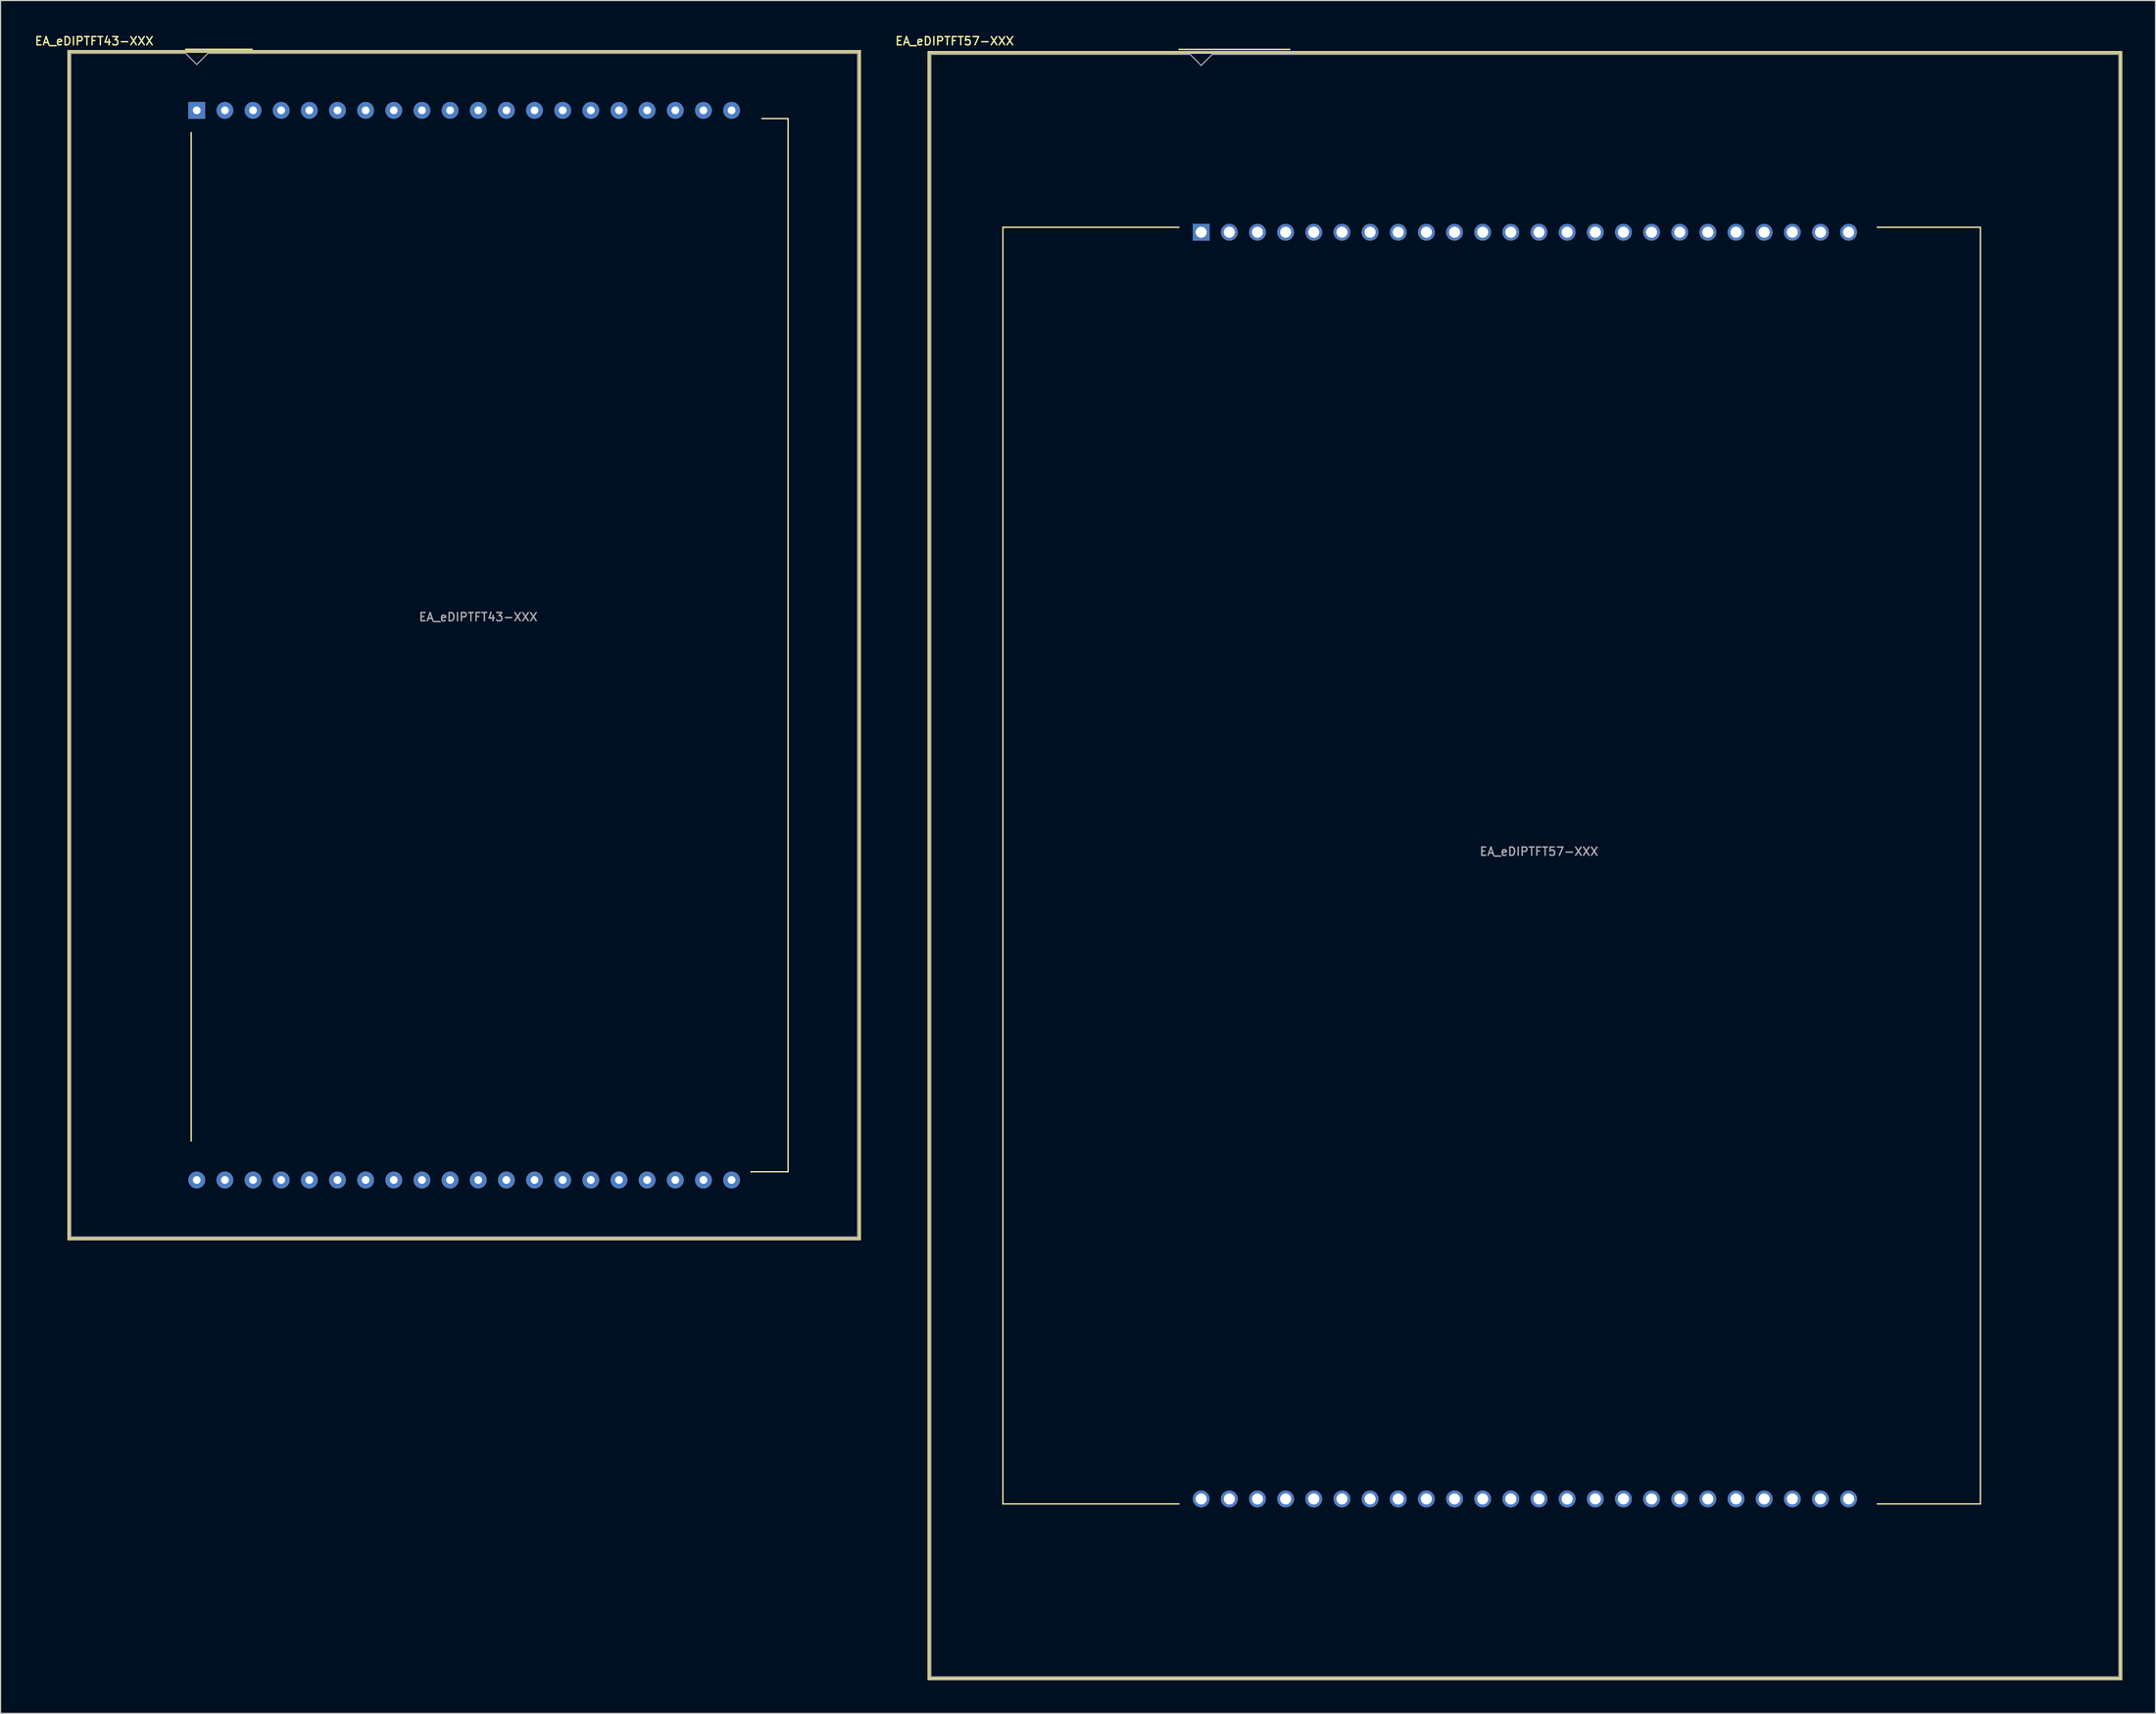
<source format=kicad_pcb>
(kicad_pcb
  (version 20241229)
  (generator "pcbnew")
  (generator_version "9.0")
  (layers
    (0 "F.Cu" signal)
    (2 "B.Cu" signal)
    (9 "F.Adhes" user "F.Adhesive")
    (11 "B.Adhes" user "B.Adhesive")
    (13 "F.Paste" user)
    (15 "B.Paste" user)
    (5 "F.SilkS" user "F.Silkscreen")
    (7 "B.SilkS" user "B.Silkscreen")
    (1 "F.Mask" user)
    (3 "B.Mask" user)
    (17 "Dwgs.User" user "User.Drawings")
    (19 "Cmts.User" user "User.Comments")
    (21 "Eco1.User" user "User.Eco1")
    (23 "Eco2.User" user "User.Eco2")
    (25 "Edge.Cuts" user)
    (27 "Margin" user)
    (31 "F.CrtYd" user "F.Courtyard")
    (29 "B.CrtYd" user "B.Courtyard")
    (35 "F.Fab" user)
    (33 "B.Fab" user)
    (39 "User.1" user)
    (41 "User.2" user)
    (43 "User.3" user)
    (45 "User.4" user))
  (footprint "EA_eDIPTFT57-XXX"
    (layer "F.Cu")
    (at 105.334 17.908)
    (property "Reference" "EA_eDIPTFT57-XXX" (at -22.25 -17.25 0) (layer "F.SilkS") (effects (font (size 0.75 0.75) (thickness 0.125))))
    (attr through_hole)
    (fp_line (start -24.64 -16.3) (end 83.06 -16.3) (stroke (width 0.1) (type solid)) (layer "F.SilkS"))
    (fp_line (start -24.64 130.6) (end -24.64 -16.3) (stroke (width 0.1) (type solid)) (layer "F.SilkS"))
    (fp_line (start -24.51 -16.17) (end 82.93 -16.17) (stroke (width 0.12) (type solid)) (layer "F.SilkS"))
    (fp_line (start -24.51 130.47) (end -24.51 -16.17) (stroke (width 0.12) (type solid)) (layer "F.SilkS"))
    (fp_line (start -17.89 -0.45) (end -2 -0.45) (stroke (width 0.12) (type solid)) (layer "F.SilkS"))
    (fp_line (start -17.89 114.75) (end -17.89 -0.45) (stroke (width 0.12) (type solid)) (layer "F.SilkS"))
    (fp_line (start -2 -16.5) (end 8 -16.5) (stroke (width 0.12) (type solid)) (layer "F.SilkS"))
    (fp_line (start -2 114.75) (end -17.89 114.75) (stroke (width 0.12) (type solid)) (layer "F.SilkS"))
    (fp_line (start 61 -0.45) (end 70.31 -0.45) (stroke (width 0.12) (type solid)) (layer "F.SilkS"))
    (fp_line (start 61 114.75) (end 70.31 114.75) (stroke (width 0.12) (type solid)) (layer "F.SilkS"))
    (fp_line (start 70.31 -0.45) (end 70.31 114.75) (stroke (width 0.12) (type solid)) (layer "F.SilkS"))
    (fp_line (start 82.93 -16.17) (end 82.93 130.47) (stroke (width 0.12) (type solid)) (layer "F.SilkS"))
    (fp_line (start 82.93 130.47) (end -24.51 130.47) (stroke (width 0.12) (type solid)) (layer "F.SilkS"))
    (fp_line (start 83.06 -16.3) (end 83.06 130.6) (stroke (width 0.1) (type solid)) (layer "F.SilkS"))
    (fp_line (start 83.06 130.6) (end -24.64 130.6) (stroke (width 0.1) (type solid)) (layer "F.SilkS"))
    (fp_line (start -24.39 -16.05) (end -1 -16.05) (stroke (width 0.1) (type solid)) (layer "F.Fab"))
    (fp_line (start -24.39 130.35) (end -24.39 -16.05) (stroke (width 0.1) (type solid)) (layer "F.Fab"))
    (fp_line (start 0 -15.05) (end -1 -16.05) (stroke (width 0.1) (type solid)) (layer "F.Fab"))
    (fp_line (start 0 -15.05) (end 1 -16.05) (stroke (width 0.1) (type solid)) (layer "F.Fab"))
    (fp_line (start 1 -16.05) (end 82.81 -16.05) (stroke (width 0.1) (type solid)) (layer "F.Fab"))
    (fp_line (start 82.81 -16.05) (end 82.81 130.35) (stroke (width 0.1) (type solid)) (layer "F.Fab"))
    (fp_line (start 82.81 130.35) (end -24.39 130.35) (stroke (width 0.1) (type solid)) (layer "F.Fab"))
    (fp_text user "${REFERENCE}" (at 30.48 55.88 0) (layer "F.Fab") (effects (font (size 0.75 0.75) (thickness 0.125))))
    (pad "1" thru_hole rect (at 0 0) (size 1.524 1.524) (drill 1) (layers "*.Cu" "*.Mask"))
    (pad "2" thru_hole circle (at 2.54 0) (size 1.524 1.524) (drill 1) (layers "*.Cu" "*.Mask"))
    (pad "3" thru_hole circle (at 5.08 0) (size 1.524 1.524) (drill 1) (layers "*.Cu" "*.Mask"))
    (pad "4" thru_hole circle (at 7.62 0) (size 1.524 1.524) (drill 1) (layers "*.Cu" "*.Mask"))
    (pad "5" thru_hole circle (at 10.16 0) (size 1.524 1.524) (drill 1) (layers "*.Cu" "*.Mask"))
    (pad "6" thru_hole circle (at 12.7 0) (size 1.524 1.524) (drill 1) (layers "*.Cu" "*.Mask"))
    (pad "7" thru_hole circle (at 15.24 0) (size 1.524 1.524) (drill 1) (layers "*.Cu" "*.Mask"))
    (pad "8" thru_hole circle (at 17.78 0) (size 1.524 1.524) (drill 1) (layers "*.Cu" "*.Mask"))
    (pad "9" thru_hole circle (at 20.32 0) (size 1.524 1.524) (drill 1) (layers "*.Cu" "*.Mask"))
    (pad "10" thru_hole circle (at 22.86 0) (size 1.524 1.524) (drill 1) (layers "*.Cu" "*.Mask"))
    (pad "11" thru_hole circle (at 25.4 0) (size 1.524 1.524) (drill 1) (layers "*.Cu" "*.Mask"))
    (pad "12" thru_hole circle (at 27.94 0) (size 1.524 1.524) (drill 1) (layers "*.Cu" "*.Mask"))
    (pad "13" thru_hole circle (at 30.48 0) (size 1.524 1.524) (drill 1) (layers "*.Cu" "*.Mask"))
    (pad "14" thru_hole circle (at 33.02 0) (size 1.524 1.524) (drill 1) (layers "*.Cu" "*.Mask"))
    (pad "15" thru_hole circle (at 35.56 0) (size 1.524 1.524) (drill 1) (layers "*.Cu" "*.Mask"))
    (pad "16" thru_hole circle (at 38.1 0) (size 1.524 1.524) (drill 1) (layers "*.Cu" "*.Mask"))
    (pad "17" thru_hole circle (at 40.64 0) (size 1.524 1.524) (drill 1) (layers "*.Cu" "*.Mask"))
    (pad "18" thru_hole circle (at 43.18 0) (size 1.524 1.524) (drill 1) (layers "*.Cu" "*.Mask"))
    (pad "19" thru_hole circle (at 45.72 0) (size 1.524 1.524) (drill 1) (layers "*.Cu" "*.Mask"))
    (pad "20" thru_hole circle (at 48.26 0) (size 1.524 1.524) (drill 1) (layers "*.Cu" "*.Mask"))
    (pad "21" thru_hole circle (at 50.8 0) (size 1.524 1.524) (drill 1) (layers "*.Cu" "*.Mask"))
    (pad "22" thru_hole circle (at 53.34 0) (size 1.524 1.524) (drill 1) (layers "*.Cu" "*.Mask"))
    (pad "23" thru_hole circle (at 55.88 0) (size 1.524 1.524) (drill 1) (layers "*.Cu" "*.Mask"))
    (pad "24" thru_hole circle (at 58.42 0) (size 1.524 1.524) (drill 1) (layers "*.Cu" "*.Mask"))
    (pad "25" thru_hole circle (at 58.42 114.3) (size 1.524 1.524) (drill 1) (layers "*.Cu" "*.Mask"))
    (pad "26" thru_hole circle (at 55.88 114.3) (size 1.524 1.524) (drill 1) (layers "*.Cu" "*.Mask"))
    (pad "27" thru_hole circle (at 53.34 114.3) (size 1.524 1.524) (drill 1) (layers "*.Cu" "*.Mask"))
    (pad "28" thru_hole circle (at 50.8 114.3) (size 1.524 1.524) (drill 1) (layers "*.Cu" "*.Mask"))
    (pad "29" thru_hole circle (at 48.26 114.3) (size 1.524 1.524) (drill 1) (layers "*.Cu" "*.Mask"))
    (pad "30" thru_hole circle (at 45.72 114.3) (size 1.524 1.524) (drill 1) (layers "*.Cu" "*.Mask"))
    (pad "31" thru_hole circle (at 43.18 114.3) (size 1.524 1.524) (drill 1) (layers "*.Cu" "*.Mask"))
    (pad "32" thru_hole circle (at 40.64 114.3) (size 1.524 1.524) (drill 1) (layers "*.Cu" "*.Mask"))
    (pad "33" thru_hole circle (at 38.1 114.3) (size 1.524 1.524) (drill 1) (layers "*.Cu" "*.Mask"))
    (pad "34" thru_hole circle (at 35.56 114.3) (size 1.524 1.524) (drill 1) (layers "*.Cu" "*.Mask"))
    (pad "35" thru_hole circle (at 33.02 114.3) (size 1.524 1.524) (drill 1) (layers "*.Cu" "*.Mask"))
    (pad "36" thru_hole circle (at 30.48 114.3) (size 1.524 1.524) (drill 1) (layers "*.Cu" "*.Mask"))
    (pad "37" thru_hole circle (at 27.94 114.3) (size 1.524 1.524) (drill 1) (layers "*.Cu" "*.Mask"))
    (pad "38" thru_hole circle (at 25.4 114.3) (size 1.524 1.524) (drill 1) (layers "*.Cu" "*.Mask"))
    (pad "39" thru_hole circle (at 22.86 114.3) (size 1.524 1.524) (drill 1) (layers "*.Cu" "*.Mask"))
    (pad "40" thru_hole circle (at 20.32 114.3) (size 1.524 1.524) (drill 1) (layers "*.Cu" "*.Mask"))
    (pad "41" thru_hole circle (at 17.78 114.3) (size 1.524 1.524) (drill 1) (layers "*.Cu" "*.Mask"))
    (pad "42" thru_hole circle (at 15.24 114.3) (size 1.524 1.524) (drill 1) (layers "*.Cu" "*.Mask"))
    (pad "43" thru_hole circle (at 12.7 114.3) (size 1.524 1.524) (drill 1) (layers "*.Cu" "*.Mask"))
    (pad "44" thru_hole circle (at 10.16 114.3) (size 1.524 1.524) (drill 1) (layers "*.Cu" "*.Mask"))
    (pad "45" thru_hole circle (at 7.62 114.3) (size 1.524 1.524) (drill 1) (layers "*.Cu" "*.Mask"))
    (pad "46" thru_hole circle (at 5.08 114.3) (size 1.524 1.524) (drill 1) (layers "*.Cu" "*.Mask"))
    (pad "47" thru_hole circle (at 2.54 114.3) (size 1.524 1.524) (drill 1) (layers "*.Cu" "*.Mask"))
    (pad "48" thru_hole circle (at 0 114.3) (size 1.524 1.524) (drill 1) (layers "*.Cu" "*.Mask")))
  (footprint "EA_eDIPTFT43-XXX"
    (layer "F.Cu")
    (at 14.702 6.908)
    (property "Reference" "EA_eDIPTFT43-XXX" (at -9.25 -6.25 0) (layer "F.SilkS") (effects (font (size 0.75 0.75) (thickness 0.125))))
    (attr through_hole)
    (fp_line (start -11.62 -5.39) (end 59.88 -5.39) (stroke (width 0.1) (type solid)) (layer "F.SilkS"))
    (fp_line (start -11.62 101.91) (end -11.62 -5.39) (stroke (width 0.1) (type solid)) (layer "F.SilkS"))
    (fp_line (start -11.49 -5.26) (end 59.75 -5.26) (stroke (width 0.12) (type solid)) (layer "F.SilkS"))
    (fp_line (start -11.49 101.78) (end -11.49 -5.26) (stroke (width 0.12) (type solid)) (layer "F.SilkS"))
    (fp_line (start -1 -5.51) (end 5 -5.51) (stroke (width 0.12) (type solid)) (layer "F.SilkS"))
    (fp_line (start -0.5 93) (end -0.5 2) (stroke (width 0.12) (type solid)) (layer "F.SilkS"))
    (fp_line (start 51 0.74) (end 53.36 0.74) (stroke (width 0.12) (type solid)) (layer "F.SilkS"))
    (fp_line (start 53.36 0.74) (end 53.36 95.78) (stroke (width 0.12) (type solid)) (layer "F.SilkS"))
    (fp_line (start 53.36 95.78) (end 50 95.78) (stroke (width 0.12) (type solid)) (layer "F.SilkS"))
    (fp_line (start 59.75 -5.26) (end 59.75 101.78) (stroke (width 0.12) (type solid)) (layer "F.SilkS"))
    (fp_line (start 59.75 101.78) (end -11.49 101.78) (stroke (width 0.12) (type solid)) (layer "F.SilkS"))
    (fp_line (start 59.88 -5.39) (end 59.88 101.91) (stroke (width 0.1) (type solid)) (layer "F.SilkS"))
    (fp_line (start 59.88 101.91) (end -11.62 101.91) (stroke (width 0.1) (type solid)) (layer "F.SilkS"))
    (fp_line (start -11.37 -5.14) (end -1 -5.14) (stroke (width 0.1) (type solid)) (layer "F.Fab"))
    (fp_line (start -11.37 101.66) (end -11.37 -5.14) (stroke (width 0.1) (type solid)) (layer "F.Fab"))
    (fp_line (start -1 -5.14) (end 0 -4.14) (stroke (width 0.1) (type solid)) (layer "F.Fab"))
    (fp_line (start 0 -4.14) (end 1 -5.14) (stroke (width 0.1) (type solid)) (layer "F.Fab"))
    (fp_line (start 1 -5.14) (end 59.63 -5.14) (stroke (width 0.1) (type solid)) (layer "F.Fab"))
    (fp_line (start 59.63 -5.14) (end 59.63 101.66) (stroke (width 0.1) (type solid)) (layer "F.Fab"))
    (fp_line (start 59.63 101.66) (end -11.37 101.66) (stroke (width 0.1) (type solid)) (layer "F.Fab"))
    (fp_text user "${REFERENCE}" (at 25.4 45.72 0) (layer "F.Fab") (effects (font (size 0.75 0.75) (thickness 0.125))))
    (pad "1" thru_hole rect (at 0 0) (size 1.524 1.524) (drill 0.7) (layers "*.Cu" "*.Mask"))
    (pad "2" thru_hole circle (at 2.54 0) (size 1.524 1.524) (drill 0.7) (layers "*.Cu" "*.Mask"))
    (pad "3" thru_hole circle (at 5.08 0) (size 1.524 1.524) (drill 0.7) (layers "*.Cu" "*.Mask"))
    (pad "4" thru_hole circle (at 7.62 0) (size 1.524 1.524) (drill 0.7) (layers "*.Cu" "*.Mask"))
    (pad "5" thru_hole circle (at 10.16 0) (size 1.524 1.524) (drill 0.7) (layers "*.Cu" "*.Mask"))
    (pad "6" thru_hole circle (at 12.7 0) (size 1.524 1.524) (drill 0.7) (layers "*.Cu" "*.Mask"))
    (pad "7" thru_hole circle (at 15.24 0) (size 1.524 1.524) (drill 0.7) (layers "*.Cu" "*.Mask"))
    (pad "8" thru_hole circle (at 17.78 0) (size 1.524 1.524) (drill 0.7) (layers "*.Cu" "*.Mask"))
    (pad "9" thru_hole circle (at 20.32 0) (size 1.524 1.524) (drill 0.7) (layers "*.Cu" "*.Mask"))
    (pad "10" thru_hole circle (at 22.86 0) (size 1.524 1.524) (drill 0.7) (layers "*.Cu" "*.Mask"))
    (pad "11" thru_hole circle (at 25.4 0) (size 1.524 1.524) (drill 0.7) (layers "*.Cu" "*.Mask"))
    (pad "12" thru_hole circle (at 27.94 0) (size 1.524 1.524) (drill 0.7) (layers "*.Cu" "*.Mask"))
    (pad "13" thru_hole circle (at 30.48 0) (size 1.524 1.524) (drill 0.7) (layers "*.Cu" "*.Mask"))
    (pad "14" thru_hole circle (at 33.02 0) (size 1.524 1.524) (drill 0.7) (layers "*.Cu" "*.Mask"))
    (pad "15" thru_hole circle (at 35.56 0) (size 1.524 1.524) (drill 0.7) (layers "*.Cu" "*.Mask"))
    (pad "16" thru_hole circle (at 38.1 0) (size 1.524 1.524) (drill 0.7) (layers "*.Cu" "*.Mask"))
    (pad "17" thru_hole circle (at 40.64 0) (size 1.524 1.524) (drill 0.7) (layers "*.Cu" "*.Mask"))
    (pad "18" thru_hole circle (at 43.18 0) (size 1.524 1.524) (drill 0.7) (layers "*.Cu" "*.Mask"))
    (pad "19" thru_hole circle (at 45.72 0) (size 1.524 1.524) (drill 0.7) (layers "*.Cu" "*.Mask"))
    (pad "20" thru_hole circle (at 48.26 0) (size 1.524 1.524) (drill 0.7) (layers "*.Cu" "*.Mask"))
    (pad "21" thru_hole circle (at 48.26 96.52) (size 1.524 1.524) (drill 0.7) (layers "*.Cu" "*.Mask"))
    (pad "22" thru_hole circle (at 45.72 96.52) (size 1.524 1.524) (drill 0.7) (layers "*.Cu" "*.Mask"))
    (pad "23" thru_hole circle (at 43.18 96.52) (size 1.524 1.524) (drill 0.7) (layers "*.Cu" "*.Mask"))
    (pad "24" thru_hole circle (at 40.64 96.52) (size 1.524 1.524) (drill 0.7) (layers "*.Cu" "*.Mask"))
    (pad "25" thru_hole circle (at 38.1 96.52) (size 1.524 1.524) (drill 0.7) (layers "*.Cu" "*.Mask"))
    (pad "26" thru_hole circle (at 35.56 96.52) (size 1.524 1.524) (drill 0.7) (layers "*.Cu" "*.Mask"))
    (pad "27" thru_hole circle (at 33.02 96.52) (size 1.524 1.524) (drill 0.7) (layers "*.Cu" "*.Mask"))
    (pad "28" thru_hole circle (at 30.48 96.52) (size 1.524 1.524) (drill 0.7) (layers "*.Cu" "*.Mask"))
    (pad "29" thru_hole circle (at 27.94 96.52) (size 1.524 1.524) (drill 0.7) (layers "*.Cu" "*.Mask"))
    (pad "30" thru_hole circle (at 25.4 96.52) (size 1.524 1.524) (drill 0.7) (layers "*.Cu" "*.Mask"))
    (pad "31" thru_hole circle (at 22.86 96.52) (size 1.524 1.524) (drill 0.7) (layers "*.Cu" "*.Mask"))
    (pad "32" thru_hole circle (at 20.32 96.52) (size 1.524 1.524) (drill 0.7) (layers "*.Cu" "*.Mask"))
    (pad "33" thru_hole circle (at 17.78 96.52) (size 1.524 1.524) (drill 0.7) (layers "*.Cu" "*.Mask"))
    (pad "34" thru_hole circle (at 15.24 96.52) (size 1.524 1.524) (drill 0.7) (layers "*.Cu" "*.Mask"))
    (pad "35" thru_hole circle (at 12.7 96.52) (size 1.524 1.524) (drill 0.7) (layers "*.Cu" "*.Mask"))
    (pad "36" thru_hole circle (at 10.16 96.52) (size 1.524 1.524) (drill 0.7) (layers "*.Cu" "*.Mask"))
    (pad "37" thru_hole circle (at 7.62 96.52) (size 1.524 1.524) (drill 0.7) (layers "*.Cu" "*.Mask"))
    (pad "38" thru_hole circle (at 5.08 96.52) (size 1.524 1.524) (drill 0.7) (layers "*.Cu" "*.Mask"))
    (pad "39" thru_hole circle (at 2.54 96.52) (size 1.524 1.524) (drill 0.7) (layers "*.Cu" "*.Mask"))
    (pad "40" thru_hole circle (at 0 96.52) (size 1.524 1.524) (drill 0.7) (layers "*.Cu" "*.Mask")))
  (gr_rect
    (start -3 -3)
    (end 191.444 151.558)
    (stroke (width 0.1) (type default))
    (fill no)
    (layer "Edge.Cuts")))
</source>
